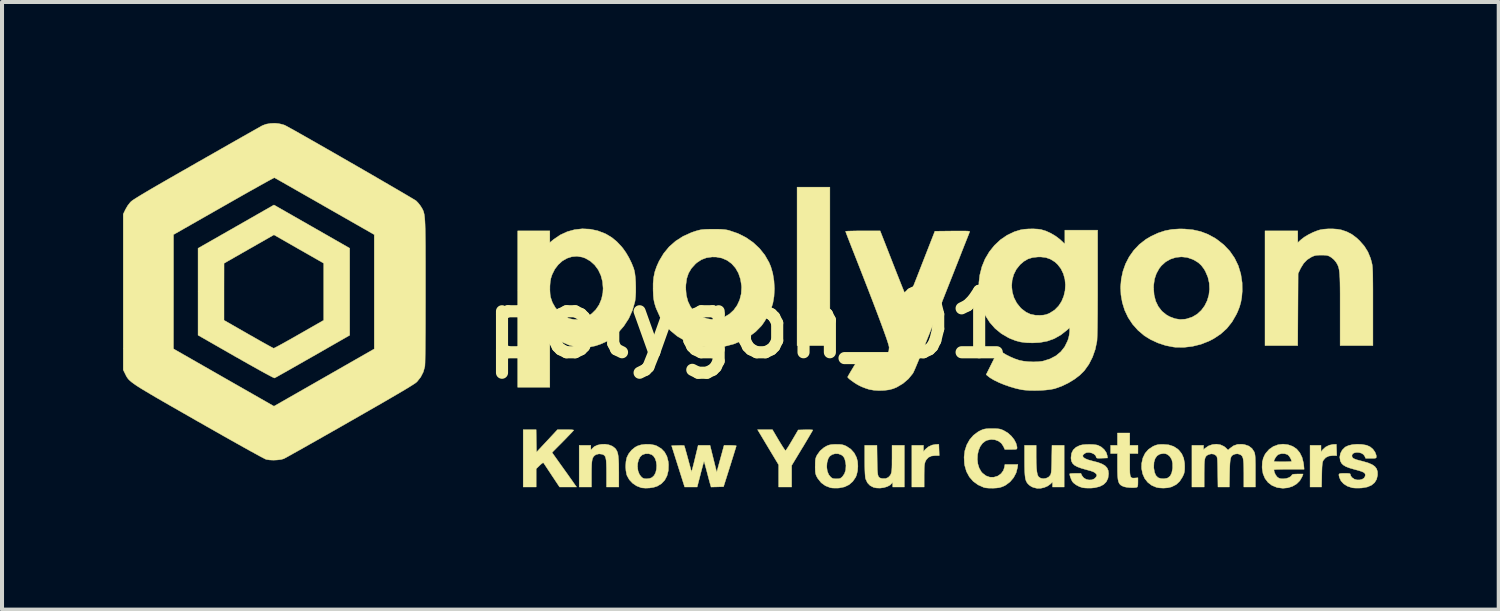
<source format=kicad_pcb>
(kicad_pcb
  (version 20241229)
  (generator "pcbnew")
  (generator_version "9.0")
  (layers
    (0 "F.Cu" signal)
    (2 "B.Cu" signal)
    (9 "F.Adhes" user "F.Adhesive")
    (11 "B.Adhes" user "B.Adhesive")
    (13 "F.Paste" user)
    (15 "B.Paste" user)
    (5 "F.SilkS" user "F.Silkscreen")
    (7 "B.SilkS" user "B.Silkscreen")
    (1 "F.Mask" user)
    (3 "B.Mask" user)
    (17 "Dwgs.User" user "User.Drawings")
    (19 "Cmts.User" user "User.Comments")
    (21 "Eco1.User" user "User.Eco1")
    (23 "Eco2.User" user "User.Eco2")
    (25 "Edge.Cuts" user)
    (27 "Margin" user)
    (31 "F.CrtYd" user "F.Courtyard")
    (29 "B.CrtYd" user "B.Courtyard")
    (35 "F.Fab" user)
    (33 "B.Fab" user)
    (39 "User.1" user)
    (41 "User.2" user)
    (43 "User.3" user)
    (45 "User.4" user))
  (footprint "polygon_01"
    (layer "F.Cu")
    (at 15.491 4.993)
    (property "Reference" "polygon_01" (at 0 0 0) (layer "F.SilkS") (effects (font (size 1.524 1.524) (thickness 0.3))))
    (attr through_hole)
    (fp_poly (pts (xy 2.032 0.525) (xy 1.219 0.525) (xy 1.219 -3.404) (xy 2.032 -3.404) (xy 2.032 0.525)) (stroke (width 0.01) (type solid)) (fill yes) (layer "F.SilkS"))
    (fp_poly (pts (xy 4.743 3.251) (xy 4.645 3.251) (xy 4.548 3.262) (xy 4.474 3.297) (xy 4.42 3.357) (xy 4.402 3.391) (xy 4.39 3.423) (xy 4.381 3.459) (xy 4.375 3.505) (xy 4.371 3.568) (xy 4.37 3.653) (xy 4.369 3.747) (xy 4.369 4.03) (xy 4.064 4.03) (xy 4.064 2.997) (xy 4.352 2.997) (xy 4.352 3.152) (xy 4.396 3.099) (xy 4.471 3.035) (xy 4.563 2.991) (xy 4.655 2.974) (xy 4.733 2.972) (xy 4.743 3.251)) (stroke (width 0.01) (type solid)) (fill yes) (layer "F.SilkS"))
    (fp_poly (pts (xy 14.598 3.251) (xy 14.5 3.251) (xy 14.401 3.263) (xy 14.325 3.3) (xy 14.27 3.361) (xy 14.263 3.373) (xy 14.251 3.399) (xy 14.243 3.433) (xy 14.237 3.48) (xy 14.232 3.546) (xy 14.229 3.636) (xy 14.227 3.73) (xy 14.221 4.03) (xy 13.936 4.03) (xy 13.936 2.997) (xy 14.207 2.997) (xy 14.207 3.078) (xy 14.207 3.158) (xy 14.251 3.103) (xy 14.322 3.038) (xy 14.411 2.994) (xy 14.507 2.974) (xy 14.51 2.974) (xy 14.588 2.972) (xy 14.598 3.251)) (stroke (width 0.01) (type solid)) (fill yes) (layer "F.SilkS"))
    (fp_poly (pts (xy 0.763 2.871) (xy 0.814 2.955) (xy 0.859 3.027) (xy 0.896 3.083) (xy 0.922 3.119) (xy 0.934 3.129) (xy 0.947 3.113) (xy 0.974 3.073) (xy 1.012 3.014) (xy 1.057 2.939) (xy 1.098 2.87) (xy 1.247 2.616) (xy 1.428 2.611) (xy 1.501 2.61) (xy 1.561 2.612) (xy 1.598 2.614) (xy 1.609 2.618) (xy 1.6 2.635) (xy 1.576 2.677) (xy 1.539 2.74) (xy 1.491 2.822) (xy 1.434 2.918) (xy 1.37 3.025) (xy 1.346 3.063) (xy 1.084 3.497) (xy 1.084 4.03) (xy 0.762 4.03) (xy 0.762 3.755) (xy 0.762 3.48) (xy 0.5 3.044) (xy 0.239 2.608) (xy 0.608 2.608) (xy 0.763 2.871)) (stroke (width 0.01) (type solid)) (fill yes) (layer "F.SilkS"))
    (fp_poly (pts (xy 9.466 2.997) (xy 9.669 2.997) (xy 9.669 3.2) (xy 9.466 3.2) (xy 9.466 3.479) (xy 9.466 3.594) (xy 9.469 3.679) (xy 9.476 3.739) (xy 9.489 3.778) (xy 9.508 3.799) (xy 9.537 3.808) (xy 9.577 3.808) (xy 9.595 3.807) (xy 9.669 3.801) (xy 9.669 3.914) (xy 9.667 3.979) (xy 9.66 4.017) (xy 9.647 4.035) (xy 9.642 4.037) (xy 9.6 4.044) (xy 9.537 4.047) (xy 9.464 4.044) (xy 9.393 4.037) (xy 9.337 4.026) (xy 9.325 4.023) (xy 9.275 4.002) (xy 9.237 3.978) (xy 9.208 3.946) (xy 9.188 3.901) (xy 9.174 3.84) (xy 9.166 3.758) (xy 9.162 3.65) (xy 9.161 3.513) (xy 9.161 3.509) (xy 9.161 3.2) (xy 8.992 3.2) (xy 8.992 2.997) (xy 9.161 2.997) (xy 9.161 2.692) (xy 9.466 2.692) (xy 9.466 2.997)) (stroke (width 0.01) (type solid)) (fill yes) (layer "F.SilkS"))
    (fp_poly (pts (xy -5.246 2.887) (xy -5.241 3.166) (xy -4.98 2.887) (xy -4.72 2.608) (xy -4.519 2.608) (xy -4.441 2.609) (xy -4.377 2.611) (xy -4.334 2.615) (xy -4.318 2.62) (xy -4.318 2.62) (xy -4.329 2.635) (xy -4.361 2.671) (xy -4.411 2.723) (xy -4.474 2.788) (xy -4.547 2.864) (xy -4.587 2.904) (xy -4.856 3.175) (xy -4.621 3.505) (xy -4.55 3.604) (xy -4.481 3.7) (xy -4.419 3.788) (xy -4.367 3.861) (xy -4.329 3.915) (xy -4.317 3.933) (xy -4.248 4.03) (xy -4.669 4.03) (xy -4.862 3.74) (xy -4.92 3.652) (xy -4.973 3.572) (xy -5.017 3.506) (xy -5.049 3.458) (xy -5.065 3.433) (xy -5.067 3.431) (xy -5.085 3.431) (xy -5.121 3.457) (xy -5.164 3.496) (xy -5.249 3.58) (xy -5.249 4.03) (xy -5.571 4.03) (xy -5.571 2.608) (xy -5.25 2.608) (xy -5.246 2.887)) (stroke (width 0.01) (type solid)) (fill yes) (layer "F.SilkS"))
    (fp_poly (pts (xy -3.445 2.985) (xy -3.36 3.018) (xy -3.294 3.069) (xy -3.287 3.076) (xy -3.261 3.113) (xy -3.24 3.154) (xy -3.225 3.204) (xy -3.214 3.268) (xy -3.207 3.35) (xy -3.202 3.455) (xy -3.201 3.587) (xy -3.2 3.667) (xy -3.2 4.03) (xy -3.505 4.03) (xy -3.505 3.691) (xy -3.506 3.556) (xy -3.509 3.452) (xy -3.514 3.372) (xy -3.524 3.315) (xy -3.538 3.274) (xy -3.558 3.247) (xy -3.585 3.229) (xy -3.612 3.218) (xy -3.69 3.208) (xy -3.762 3.225) (xy -3.8 3.249) (xy -3.825 3.275) (xy -3.845 3.307) (xy -3.859 3.349) (xy -3.868 3.406) (xy -3.874 3.483) (xy -3.877 3.584) (xy -3.878 3.708) (xy -3.878 4.03) (xy -4.183 4.03) (xy -4.183 2.997) (xy -3.895 2.997) (xy -3.895 3.06) (xy -3.894 3.1) (xy -3.889 3.11) (xy -3.875 3.095) (xy -3.868 3.085) (xy -3.81 3.03) (xy -3.731 2.992) (xy -3.638 2.972) (xy -3.54 2.969) (xy -3.445 2.985)) (stroke (width 0.01) (type solid)) (fill yes) (layer "F.SilkS"))
    (fp_poly (pts (xy 7.146 3.283) (xy 7.148 3.436) (xy 7.154 3.558) (xy 7.164 3.652) (xy 7.178 3.721) (xy 7.198 3.766) (xy 7.208 3.779) (xy 7.259 3.812) (xy 7.323 3.823) (xy 7.391 3.814) (xy 7.453 3.785) (xy 7.496 3.739) (xy 7.498 3.737) (xy 7.508 3.713) (xy 7.516 3.681) (xy 7.522 3.636) (xy 7.526 3.573) (xy 7.529 3.487) (xy 7.532 3.374) (xy 7.532 3.34) (xy 7.538 2.997) (xy 7.84 2.997) (xy 7.84 4.03) (xy 7.552 4.03) (xy 7.552 3.905) (xy 7.497 3.958) (xy 7.43 4.006) (xy 7.347 4.042) (xy 7.258 4.062) (xy 7.176 4.064) (xy 7.137 4.056) (xy 7.109 4.048) (xy 7.074 4.04) (xy 7.033 4.022) (xy 6.985 3.991) (xy 6.969 3.977) (xy 6.936 3.945) (xy 6.911 3.909) (xy 6.891 3.865) (xy 6.877 3.809) (xy 6.868 3.735) (xy 6.862 3.641) (xy 6.859 3.522) (xy 6.858 3.375) (xy 6.858 2.997) (xy 7.146 2.997) (xy 7.146 3.283)) (stroke (width 0.01) (type solid)) (fill yes) (layer "F.SilkS"))
    (fp_poly (pts (xy 3.204 3.368) (xy 3.206 3.5) (xy 3.209 3.602) (xy 3.215 3.678) (xy 3.223 3.733) (xy 3.236 3.77) (xy 3.255 3.793) (xy 3.281 3.808) (xy 3.314 3.817) (xy 3.329 3.82) (xy 3.411 3.821) (xy 3.479 3.793) (xy 3.53 3.739) (xy 3.54 3.719) (xy 3.552 3.69) (xy 3.56 3.657) (xy 3.566 3.614) (xy 3.57 3.556) (xy 3.572 3.476) (xy 3.572 3.371) (xy 3.573 3.323) (xy 3.573 2.997) (xy 3.878 2.997) (xy 3.878 4.03) (xy 3.59 4.03) (xy 3.589 3.967) (xy 3.587 3.928) (xy 3.581 3.92) (xy 3.572 3.932) (xy 3.526 3.981) (xy 3.455 4.019) (xy 3.368 4.045) (xy 3.274 4.057) (xy 3.179 4.053) (xy 3.113 4.038) (xy 3.029 3.994) (xy 2.963 3.925) (xy 2.921 3.835) (xy 2.913 3.806) (xy 2.908 3.764) (xy 2.903 3.695) (xy 2.899 3.605) (xy 2.897 3.501) (xy 2.896 3.388) (xy 2.896 3.36) (xy 2.896 2.997) (xy 3.199 2.997) (xy 3.204 3.368)) (stroke (width 0.01) (type solid)) (fill yes) (layer "F.SilkS"))
    (fp_poly (pts (xy -10.811 -2.426) (xy -9.872 -1.889) (xy -9.872 0.268) (xy -10.791 0.794) (xy -10.953 0.886) (xy -11.107 0.974) (xy -11.25 1.055) (xy -11.38 1.129) (xy -11.493 1.193) (xy -11.588 1.246) (xy -11.661 1.288) (xy -11.711 1.315) (xy -11.734 1.327) (xy -11.735 1.328) (xy -11.754 1.321) (xy -11.8 1.299) (xy -11.87 1.262) (xy -11.962 1.213) (xy -12.074 1.152) (xy -12.202 1.08) (xy -12.346 1) (xy -12.501 0.912) (xy -12.667 0.818) (xy -12.696 0.802) (xy -13.631 0.266) (xy -13.631 -0.104) (xy -12.988 -0.104) (xy -12.383 0.243) (xy -12.251 0.317) (xy -12.129 0.387) (xy -12.019 0.449) (xy -11.923 0.502) (xy -11.847 0.544) (xy -11.791 0.574) (xy -11.761 0.589) (xy -11.756 0.591) (xy -11.737 0.583) (xy -11.692 0.56) (xy -11.624 0.524) (xy -11.536 0.476) (xy -11.432 0.418) (xy -11.314 0.352) (xy -11.186 0.279) (xy -11.125 0.244) (xy -10.516 -0.104) (xy -10.516 -1.517) (xy -11.133 -1.869) (xy -11.75 -2.222) (xy -12.369 -1.869) (xy -12.987 -1.516) (xy -12.988 -0.81) (xy -12.988 -0.104) (xy -13.631 -0.104) (xy -13.631 -1.888) (xy -12.69 -2.425) (xy -11.75 -2.962) (xy -10.811 -2.426)) (stroke (width 0.01) (type solid)) (fill yes) (layer "F.SilkS"))
    (fp_poly (pts (xy -2.422 2.973) (xy -2.318 2.991) (xy -2.261 3.011) (xy -2.15 3.077) (xy -2.066 3.163) (xy -2.008 3.27) (xy -1.975 3.399) (xy -1.968 3.474) (xy -1.973 3.622) (xy -2.005 3.751) (xy -2.062 3.86) (xy -2.144 3.947) (xy -2.25 4.011) (xy -2.254 4.012) (xy -2.337 4.038) (xy -2.437 4.054) (xy -2.538 4.058) (xy -2.627 4.051) (xy -2.646 4.047) (xy -2.76 4.003) (xy -2.86 3.935) (xy -2.941 3.848) (xy -2.996 3.749) (xy -3.006 3.72) (xy -3.024 3.623) (xy -3.029 3.541) (xy -2.737 3.541) (xy -2.723 3.633) (xy -2.691 3.715) (xy -2.65 3.771) (xy -2.609 3.807) (xy -2.569 3.823) (xy -2.513 3.827) (xy -2.512 3.827) (xy -2.436 3.818) (xy -2.378 3.795) (xy -2.324 3.744) (xy -2.287 3.672) (xy -2.267 3.587) (xy -2.262 3.495) (xy -2.273 3.405) (xy -2.3 3.324) (xy -2.343 3.26) (xy -2.387 3.226) (xy -2.462 3.204) (xy -2.544 3.206) (xy -2.617 3.232) (xy -2.618 3.232) (xy -2.673 3.284) (xy -2.711 3.358) (xy -2.733 3.446) (xy -2.737 3.541) (xy -3.029 3.541) (xy -3.03 3.511) (xy -3.023 3.4) (xy -3.003 3.305) (xy -3.003 3.302) (xy -2.956 3.206) (xy -2.884 3.116) (xy -2.796 3.044) (xy -2.739 3.013) (xy -2.646 2.984) (xy -2.535 2.971) (xy -2.422 2.973)) (stroke (width 0.01) (type solid)) (fill yes) (layer "F.SilkS"))
    (fp_poly (pts (xy 10.433 2.985) (xy 10.551 3.023) (xy 10.651 3.087) (xy 10.684 3.117) (xy 10.755 3.207) (xy 10.802 3.313) (xy 10.825 3.437) (xy 10.828 3.514) (xy 10.827 3.591) (xy 10.822 3.647) (xy 10.811 3.695) (xy 10.789 3.747) (xy 10.772 3.782) (xy 10.703 3.89) (xy 10.616 3.97) (xy 10.506 4.025) (xy 10.502 4.027) (xy 10.409 4.049) (xy 10.302 4.057) (xy 10.195 4.051) (xy 10.126 4.038) (xy 10.01 3.989) (xy 9.913 3.915) (xy 9.837 3.819) (xy 9.786 3.704) (xy 9.76 3.575) (xy 9.76 3.532) (xy 10.061 3.532) (xy 10.062 3.556) (xy 10.08 3.665) (xy 10.114 3.744) (xy 10.165 3.796) (xy 10.173 3.8) (xy 10.238 3.821) (xy 10.315 3.825) (xy 10.389 3.812) (xy 10.415 3.801) (xy 10.469 3.756) (xy 10.506 3.683) (xy 10.526 3.583) (xy 10.529 3.556) (xy 10.528 3.442) (xy 10.508 3.352) (xy 10.467 3.282) (xy 10.439 3.253) (xy 10.393 3.219) (xy 10.347 3.203) (xy 10.295 3.2) (xy 10.21 3.215) (xy 10.143 3.257) (xy 10.095 3.325) (xy 10.067 3.417) (xy 10.061 3.532) (xy 9.76 3.532) (xy 9.761 3.446) (xy 9.791 3.31) (xy 9.847 3.194) (xy 9.929 3.099) (xy 10.038 3.026) (xy 10.058 3.016) (xy 10.115 2.993) (xy 10.169 2.979) (xy 10.235 2.974) (xy 10.295 2.973) (xy 10.433 2.985)) (stroke (width 0.01) (type solid)) (fill yes) (layer "F.SilkS"))
    (fp_poly (pts (xy -0.856 3.331) (xy -0.773 3.665) (xy -0.7 3.394) (xy -0.674 3.299) (xy -0.649 3.209) (xy -0.629 3.134) (xy -0.614 3.08) (xy -0.609 3.061) (xy -0.591 2.997) (xy -0.44 2.997) (xy -0.373 2.999) (xy -0.321 3.002) (xy -0.292 3.007) (xy -0.288 3.01) (xy -0.293 3.029) (xy -0.307 3.076) (xy -0.329 3.147) (xy -0.357 3.238) (xy -0.391 3.346) (xy -0.428 3.466) (xy -0.446 3.522) (xy -0.604 4.022) (xy -0.758 4.027) (xy -0.913 4.031) (xy -0.939 3.942) (xy -0.953 3.891) (xy -0.973 3.817) (xy -0.996 3.729) (xy -1.02 3.637) (xy -1.023 3.626) (xy -1.045 3.543) (xy -1.064 3.474) (xy -1.078 3.422) (xy -1.087 3.396) (xy -1.088 3.394) (xy -1.093 3.408) (xy -1.106 3.45) (xy -1.124 3.515) (xy -1.146 3.598) (xy -1.172 3.695) (xy -1.175 3.71) (xy -1.258 4.03) (xy -1.568 4.03) (xy -1.73 3.518) (xy -1.892 3.006) (xy -1.74 3.001) (xy -1.671 2.999) (xy -1.617 3) (xy -1.585 3.002) (xy -1.58 3.003) (xy -1.573 3.021) (xy -1.559 3.067) (xy -1.54 3.135) (xy -1.516 3.22) (xy -1.49 3.317) (xy -1.488 3.322) (xy -1.462 3.42) (xy -1.438 3.507) (xy -1.419 3.578) (xy -1.406 3.627) (xy -1.399 3.649) (xy -1.399 3.649) (xy -1.394 3.639) (xy -1.382 3.6) (xy -1.365 3.537) (xy -1.344 3.455) (xy -1.32 3.359) (xy -1.314 3.332) (xy -1.233 2.997) (xy -0.939 2.997) (xy -0.856 3.331)) (stroke (width 0.01) (type solid)) (fill yes) (layer "F.SilkS"))
    (fp_poly (pts (xy 2.273 2.974) (xy 2.331 2.98) (xy 2.38 2.993) (xy 2.431 3.014) (xy 2.443 3.02) (xy 2.55 3.091) (xy 2.635 3.186) (xy 2.694 3.301) (xy 2.719 3.4) (xy 2.726 3.514) (xy 2.718 3.629) (xy 2.693 3.733) (xy 2.672 3.785) (xy 2.599 3.893) (xy 2.507 3.973) (xy 2.395 4.027) (xy 2.262 4.054) (xy 2.23 4.056) (xy 2.158 4.057) (xy 2.09 4.054) (xy 2.044 4.047) (xy 1.921 3.999) (xy 1.818 3.925) (xy 1.735 3.822) (xy 1.708 3.776) (xy 1.69 3.737) (xy 1.678 3.699) (xy 1.671 3.651) (xy 1.668 3.585) (xy 1.668 3.535) (xy 1.954 3.535) (xy 1.968 3.636) (xy 2.003 3.723) (xy 2.041 3.771) (xy 2.077 3.804) (xy 2.111 3.82) (xy 2.158 3.826) (xy 2.193 3.827) (xy 2.252 3.825) (xy 2.291 3.815) (xy 2.324 3.791) (xy 2.345 3.771) (xy 2.395 3.698) (xy 2.425 3.605) (xy 2.431 3.498) (xy 2.423 3.43) (xy 2.405 3.352) (xy 2.384 3.299) (xy 2.353 3.261) (xy 2.315 3.233) (xy 2.241 3.206) (xy 2.163 3.204) (xy 2.089 3.225) (xy 2.028 3.268) (xy 1.991 3.324) (xy 1.961 3.428) (xy 1.954 3.535) (xy 1.668 3.535) (xy 1.668 3.514) (xy 1.669 3.429) (xy 1.672 3.368) (xy 1.679 3.324) (xy 1.692 3.285) (xy 1.712 3.244) (xy 1.713 3.241) (xy 1.788 3.136) (xy 1.887 3.051) (xy 1.963 3.008) (xy 2.015 2.989) (xy 2.072 2.978) (xy 2.147 2.973) (xy 2.194 2.973) (xy 2.273 2.974)) (stroke (width 0.01) (type solid)) (fill yes) (layer "F.SilkS"))
    (fp_poly (pts (xy 14.503 -2.369) (xy 14.614 -2.361) (xy 14.706 -2.345) (xy 14.707 -2.345) (xy 14.847 -2.298) (xy 14.971 -2.234) (xy 15.087 -2.147) (xy 15.164 -2.075) (xy 15.281 -1.941) (xy 15.369 -1.8) (xy 15.434 -1.643) (xy 15.46 -1.551) (xy 15.467 -1.521) (xy 15.474 -1.49) (xy 15.479 -1.456) (xy 15.483 -1.415) (xy 15.486 -1.365) (xy 15.489 -1.303) (xy 15.491 -1.225) (xy 15.492 -1.129) (xy 15.493 -1.012) (xy 15.494 -0.871) (xy 15.494 -0.702) (xy 15.494 -0.503) (xy 15.494 -0.446) (xy 15.494 0.525) (xy 14.681 0.525) (xy 14.681 -0.369) (xy 14.681 -0.58) (xy 14.681 -0.76) (xy 14.68 -0.912) (xy 14.678 -1.039) (xy 14.675 -1.144) (xy 14.67 -1.23) (xy 14.664 -1.3) (xy 14.656 -1.357) (xy 14.646 -1.403) (xy 14.634 -1.442) (xy 14.619 -1.477) (xy 14.601 -1.51) (xy 14.583 -1.54) (xy 14.531 -1.604) (xy 14.465 -1.66) (xy 14.453 -1.667) (xy 14.411 -1.692) (xy 14.373 -1.707) (xy 14.33 -1.715) (xy 14.271 -1.718) (xy 14.217 -1.719) (xy 14.138 -1.717) (xy 14.082 -1.712) (xy 14.035 -1.7) (xy 13.987 -1.68) (xy 13.965 -1.669) (xy 13.862 -1.603) (xy 13.778 -1.516) (xy 13.708 -1.403) (xy 13.693 -1.374) (xy 13.64 -1.262) (xy 13.635 -0.368) (xy 13.63 0.525) (xy 12.819 0.525) (xy 12.819 -2.32) (xy 13.631 -2.32) (xy 13.631 -2.029) (xy 13.718 -2.107) (xy 13.798 -2.168) (xy 13.9 -2.229) (xy 14.012 -2.284) (xy 14.122 -2.327) (xy 14.181 -2.345) (xy 14.273 -2.361) (xy 14.385 -2.369) (xy 14.503 -2.369)) (stroke (width 0.01) (type solid)) (fill yes) (layer "F.SilkS"))
    (fp_poly (pts (xy 11.714 2.983) (xy 11.802 3.023) (xy 11.846 3.058) (xy 11.903 3.115) (xy 11.95 3.072) (xy 12.04 3.007) (xy 12.139 2.973) (xy 12.251 2.97) (xy 12.317 2.98) (xy 12.418 3.015) (xy 12.495 3.074) (xy 12.55 3.157) (xy 12.55 3.157) (xy 12.56 3.183) (xy 12.567 3.213) (xy 12.573 3.252) (xy 12.577 3.304) (xy 12.579 3.376) (xy 12.581 3.47) (xy 12.581 3.593) (xy 12.581 3.628) (xy 12.581 4.03) (xy 12.294 4.03) (xy 12.294 3.704) (xy 12.293 3.568) (xy 12.29 3.462) (xy 12.284 3.382) (xy 12.275 3.323) (xy 12.261 3.281) (xy 12.242 3.253) (xy 12.217 3.233) (xy 12.196 3.223) (xy 12.143 3.207) (xy 12.094 3.21) (xy 12.07 3.216) (xy 12.033 3.23) (xy 12.004 3.249) (xy 11.982 3.276) (xy 11.967 3.318) (xy 11.956 3.376) (xy 11.949 3.457) (xy 11.944 3.563) (xy 11.941 3.687) (xy 11.935 4.03) (xy 11.653 4.03) (xy 11.647 3.659) (xy 11.645 3.537) (xy 11.643 3.443) (xy 11.64 3.374) (xy 11.636 3.326) (xy 11.63 3.293) (xy 11.622 3.271) (xy 11.612 3.256) (xy 11.61 3.254) (xy 11.555 3.217) (xy 11.487 3.208) (xy 11.424 3.224) (xy 11.389 3.241) (xy 11.362 3.262) (xy 11.342 3.292) (xy 11.328 3.334) (xy 11.319 3.394) (xy 11.314 3.475) (xy 11.312 3.582) (xy 11.311 3.691) (xy 11.311 4.03) (xy 11.007 4.03) (xy 11.007 2.997) (xy 11.295 2.997) (xy 11.295 3.105) (xy 11.333 3.07) (xy 11.418 3.012) (xy 11.515 2.978) (xy 11.616 2.968) (xy 11.714 2.983)) (stroke (width 0.01) (type solid)) (fill yes) (layer "F.SilkS"))
    (fp_poly (pts (xy 6.139 2.583) (xy 6.201 2.587) (xy 6.249 2.594) (xy 6.293 2.608) (xy 6.343 2.63) (xy 6.346 2.632) (xy 6.443 2.689) (xy 6.528 2.765) (xy 6.598 2.852) (xy 6.647 2.945) (xy 6.671 3.036) (xy 6.672 3.059) (xy 6.67 3.078) (xy 6.661 3.09) (xy 6.638 3.096) (xy 6.594 3.098) (xy 6.523 3.099) (xy 6.369 3.099) (xy 6.336 3.025) (xy 6.285 2.948) (xy 6.212 2.892) (xy 6.124 2.859) (xy 6.029 2.851) (xy 5.933 2.87) (xy 5.891 2.888) (xy 5.817 2.944) (xy 5.759 3.024) (xy 5.718 3.121) (xy 5.694 3.229) (xy 5.688 3.343) (xy 5.7 3.455) (xy 5.732 3.559) (xy 5.783 3.649) (xy 5.814 3.685) (xy 5.901 3.752) (xy 5.996 3.786) (xy 6.094 3.788) (xy 6.193 3.758) (xy 6.198 3.755) (xy 6.278 3.697) (xy 6.334 3.619) (xy 6.361 3.536) (xy 6.371 3.471) (xy 6.693 3.471) (xy 6.682 3.55) (xy 6.649 3.679) (xy 6.586 3.798) (xy 6.5 3.9) (xy 6.395 3.98) (xy 6.346 4.006) (xy 6.285 4.03) (xy 6.229 4.046) (xy 6.164 4.054) (xy 6.079 4.059) (xy 5.977 4.058) (xy 5.895 4.051) (xy 5.85 4.041) (xy 5.706 3.977) (xy 5.585 3.889) (xy 5.489 3.778) (xy 5.418 3.646) (xy 5.374 3.493) (xy 5.368 3.453) (xy 5.359 3.288) (xy 5.378 3.131) (xy 5.425 2.986) (xy 5.497 2.857) (xy 5.592 2.747) (xy 5.71 2.659) (xy 5.766 2.63) (xy 5.815 2.608) (xy 5.858 2.595) (xy 5.906 2.587) (xy 5.968 2.583) (xy 6.054 2.582) (xy 6.139 2.583)) (stroke (width 0.01) (type solid)) (fill yes) (layer "F.SilkS"))
    (fp_poly (pts (xy 13.391 2.982) (xy 13.507 3.023) (xy 13.604 3.089) (xy 13.681 3.181) (xy 13.738 3.296) (xy 13.772 3.432) (xy 13.779 3.482) (xy 13.789 3.59) (xy 13.414 3.59) (xy 13.305 3.59) (xy 13.209 3.592) (xy 13.13 3.594) (xy 13.073 3.597) (xy 13.042 3.601) (xy 13.039 3.603) (xy 13.051 3.662) (xy 13.08 3.727) (xy 13.119 3.778) (xy 13.125 3.784) (xy 13.165 3.811) (xy 13.21 3.824) (xy 13.271 3.827) (xy 13.348 3.818) (xy 13.416 3.795) (xy 13.466 3.762) (xy 13.485 3.733) (xy 13.499 3.72) (xy 13.531 3.712) (xy 13.588 3.709) (xy 13.629 3.708) (xy 13.764 3.708) (xy 13.738 3.776) (xy 13.682 3.874) (xy 13.601 3.954) (xy 13.501 4.013) (xy 13.387 4.049) (xy 13.263 4.061) (xy 13.134 4.045) (xy 13.107 4.038) (xy 12.989 3.989) (xy 12.892 3.914) (xy 12.819 3.817) (xy 12.77 3.7) (xy 12.748 3.565) (xy 12.747 3.531) (xy 12.753 3.414) (xy 12.758 3.395) (xy 13.039 3.395) (xy 13.055 3.398) (xy 13.098 3.401) (xy 13.163 3.403) (xy 13.243 3.404) (xy 13.259 3.404) (xy 13.341 3.403) (xy 13.409 3.401) (xy 13.457 3.399) (xy 13.478 3.396) (xy 13.479 3.395) (xy 13.468 3.353) (xy 13.442 3.301) (xy 13.408 3.253) (xy 13.376 3.225) (xy 13.307 3.204) (xy 13.231 3.202) (xy 13.162 3.219) (xy 13.132 3.237) (xy 13.099 3.272) (xy 13.067 3.321) (xy 13.045 3.368) (xy 13.039 3.395) (xy 12.758 3.395) (xy 12.775 3.316) (xy 12.816 3.227) (xy 12.84 3.19) (xy 12.924 3.095) (xy 13.026 3.025) (xy 13.142 2.982) (xy 13.265 2.967) (xy 13.391 2.982)) (stroke (width 0.01) (type solid)) (fill yes) (layer "F.SilkS"))
    (fp_poly (pts (xy 8.56 2.977) (xy 8.636 2.986) (xy 8.676 2.995) (xy 8.763 3.04) (xy 8.835 3.105) (xy 8.887 3.182) (xy 8.909 3.26) (xy 8.915 3.31) (xy 8.776 3.315) (xy 8.706 3.317) (xy 8.664 3.315) (xy 8.643 3.308) (xy 8.636 3.296) (xy 8.636 3.293) (xy 8.621 3.251) (xy 8.58 3.214) (xy 8.524 3.187) (xy 8.461 3.173) (xy 8.401 3.176) (xy 8.372 3.186) (xy 8.319 3.221) (xy 8.3 3.256) (xy 8.313 3.291) (xy 8.358 3.324) (xy 8.434 3.356) (xy 8.541 3.386) (xy 8.546 3.387) (xy 8.679 3.421) (xy 8.781 3.46) (xy 8.855 3.504) (xy 8.904 3.557) (xy 8.932 3.621) (xy 8.941 3.698) (xy 8.941 3.703) (xy 8.927 3.811) (xy 8.885 3.9) (xy 8.816 3.969) (xy 8.72 4.018) (xy 8.597 4.048) (xy 8.513 4.056) (xy 8.436 4.057) (xy 8.362 4.054) (xy 8.306 4.048) (xy 8.3 4.047) (xy 8.219 4.021) (xy 8.14 3.98) (xy 8.075 3.931) (xy 8.046 3.899) (xy 8.023 3.856) (xy 8 3.799) (xy 7.982 3.743) (xy 7.976 3.704) (xy 7.991 3.698) (xy 8.033 3.694) (xy 8.092 3.692) (xy 8.115 3.692) (xy 8.255 3.692) (xy 8.28 3.747) (xy 8.322 3.801) (xy 8.382 3.838) (xy 8.452 3.855) (xy 8.523 3.853) (xy 8.585 3.828) (xy 8.619 3.798) (xy 8.646 3.758) (xy 8.649 3.729) (xy 8.627 3.698) (xy 8.614 3.685) (xy 8.575 3.659) (xy 8.505 3.632) (xy 8.403 3.604) (xy 8.392 3.601) (xy 8.265 3.565) (xy 8.167 3.529) (xy 8.096 3.49) (xy 8.049 3.444) (xy 8.021 3.389) (xy 8.01 3.323) (xy 8.01 3.297) (xy 8.023 3.194) (xy 8.064 3.111) (xy 8.134 3.045) (xy 8.233 2.997) (xy 8.238 2.996) (xy 8.298 2.983) (xy 8.38 2.976) (xy 8.471 2.974) (xy 8.56 2.977)) (stroke (width 0.01) (type solid)) (fill yes) (layer "F.SilkS"))
    (fp_poly (pts (xy 10.824 -2.366) (xy 11.034 -2.346) (xy 11.224 -2.303) (xy 11.403 -2.235) (xy 11.579 -2.139) (xy 11.623 -2.11) (xy 11.797 -1.974) (xy 11.945 -1.819) (xy 12.065 -1.645) (xy 12.157 -1.455) (xy 12.219 -1.25) (xy 12.252 -1.032) (xy 12.254 -0.821) (xy 12.242 -0.676) (xy 12.22 -0.551) (xy 12.187 -0.434) (xy 12.138 -0.311) (xy 12.107 -0.246) (xy 12.001 -0.062) (xy 11.873 0.099) (xy 11.72 0.237) (xy 11.542 0.355) (xy 11.429 0.413) (xy 11.231 0.491) (xy 11.021 0.543) (xy 10.808 0.568) (xy 10.599 0.565) (xy 10.548 0.559) (xy 10.357 0.522) (xy 10.166 0.459) (xy 9.984 0.375) (xy 9.832 0.282) (xy 9.671 0.146) (xy 9.535 -0.007) (xy 9.425 -0.174) (xy 9.34 -0.354) (xy 9.282 -0.542) (xy 9.248 -0.735) (xy 9.241 -0.898) (xy 10.057 -0.898) (xy 10.07 -0.73) (xy 10.109 -0.577) (xy 10.175 -0.442) (xy 10.264 -0.328) (xy 10.376 -0.237) (xy 10.457 -0.192) (xy 10.589 -0.143) (xy 10.713 -0.123) (xy 10.839 -0.131) (xy 10.875 -0.138) (xy 11.014 -0.183) (xy 11.136 -0.255) (xy 11.239 -0.349) (xy 11.323 -0.462) (xy 11.386 -0.59) (xy 11.427 -0.728) (xy 11.444 -0.874) (xy 11.437 -1.024) (xy 11.403 -1.172) (xy 11.341 -1.317) (xy 11.307 -1.375) (xy 11.242 -1.462) (xy 11.168 -1.531) (xy 11.075 -1.589) (xy 11.025 -1.614) (xy 10.889 -1.661) (xy 10.749 -1.676) (xy 10.609 -1.662) (xy 10.476 -1.619) (xy 10.355 -1.551) (xy 10.25 -1.456) (xy 10.195 -1.386) (xy 10.125 -1.259) (xy 10.08 -1.125) (xy 10.059 -0.974) (xy 10.057 -0.898) (xy 9.241 -0.898) (xy 9.239 -0.931) (xy 9.256 -1.126) (xy 9.297 -1.318) (xy 9.362 -1.502) (xy 9.452 -1.677) (xy 9.566 -1.838) (xy 9.703 -1.983) (xy 9.865 -2.109) (xy 9.992 -2.184) (xy 10.17 -2.267) (xy 10.34 -2.323) (xy 10.513 -2.356) (xy 10.699 -2.368) (xy 10.824 -2.366)) (stroke (width 0.01) (type solid)) (fill yes) (layer "F.SilkS"))
    (fp_poly (pts (xy -3.913 -2.362) (xy -3.723 -2.322) (xy -3.54 -2.252) (xy -3.509 -2.236) (xy -3.373 -2.154) (xy -3.249 -2.052) (xy -3.131 -1.926) (xy -3.096 -1.883) (xy -3.022 -1.778) (xy -2.95 -1.655) (xy -2.886 -1.525) (xy -2.836 -1.401) (xy -2.819 -1.346) (xy -2.803 -1.268) (xy -2.791 -1.166) (xy -2.783 -1.048) (xy -2.78 -0.923) (xy -2.78 -0.8) (xy -2.786 -0.688) (xy -2.796 -0.596) (xy -2.8 -0.571) (xy -2.862 -0.352) (xy -2.954 -0.147) (xy -3.077 0.042) (xy -3.23 0.217) (xy -3.235 0.222) (xy -3.313 0.295) (xy -3.385 0.351) (xy -3.464 0.399) (xy -3.525 0.431) (xy -3.662 0.491) (xy -3.785 0.532) (xy -3.908 0.556) (xy -4.043 0.565) (xy -4.072 0.565) (xy -4.261 0.554) (xy -4.431 0.514) (xy -4.587 0.446) (xy -4.731 0.348) (xy -4.793 0.293) (xy -4.911 0.182) (xy -4.911 1.558) (xy -5.707 1.558) (xy -5.707 -0.847) (xy -4.909 -0.847) (xy -4.903 -0.747) (xy -4.893 -0.679) (xy -4.847 -0.544) (xy -4.776 -0.42) (xy -4.686 -0.311) (xy -4.579 -0.223) (xy -4.463 -0.16) (xy -4.39 -0.137) (xy -4.307 -0.123) (xy -4.227 -0.124) (xy -4.135 -0.14) (xy -4.129 -0.142) (xy -3.992 -0.19) (xy -3.871 -0.267) (xy -3.769 -0.368) (xy -3.687 -0.49) (xy -3.629 -0.63) (xy -3.596 -0.785) (xy -3.59 -0.896) (xy -3.604 -1.062) (xy -3.645 -1.216) (xy -3.71 -1.354) (xy -3.798 -1.473) (xy -3.906 -1.57) (xy -4.031 -1.642) (xy -4.107 -1.669) (xy -4.237 -1.69) (xy -4.364 -1.679) (xy -4.486 -1.64) (xy -4.6 -1.574) (xy -4.701 -1.483) (xy -4.787 -1.371) (xy -4.853 -1.239) (xy -4.885 -1.142) (xy -4.9 -1.058) (xy -4.908 -0.955) (xy -4.909 -0.847) (xy -5.707 -0.847) (xy -5.707 -2.32) (xy -4.911 -2.32) (xy -4.911 -2.03) (xy -4.814 -2.109) (xy -4.654 -2.218) (xy -4.479 -2.299) (xy -4.295 -2.35) (xy -4.105 -2.371) (xy -3.913 -2.362)) (stroke (width 0.01) (type solid)) (fill yes) (layer "F.SilkS"))
    (fp_poly (pts (xy 15.216 2.974) (xy 15.328 2.993) (xy 15.346 2.998) (xy 15.425 3.034) (xy 15.494 3.092) (xy 15.546 3.164) (xy 15.575 3.24) (xy 15.579 3.276) (xy 15.577 3.298) (xy 15.568 3.31) (xy 15.545 3.317) (xy 15.5 3.319) (xy 15.446 3.319) (xy 15.314 3.319) (xy 15.29 3.264) (xy 15.258 3.222) (xy 15.21 3.192) (xy 15.153 3.176) (xy 15.094 3.172) (xy 15.04 3.181) (xy 14.998 3.202) (xy 14.975 3.236) (xy 14.975 3.272) (xy 14.985 3.296) (xy 15.004 3.316) (xy 15.038 3.334) (xy 15.091 3.354) (xy 15.169 3.375) (xy 15.247 3.395) (xy 15.375 3.432) (xy 15.473 3.474) (xy 15.543 3.523) (xy 15.587 3.582) (xy 15.608 3.652) (xy 15.609 3.735) (xy 15.586 3.838) (xy 15.535 3.922) (xy 15.457 3.986) (xy 15.353 4.03) (xy 15.223 4.053) (xy 15.188 4.055) (xy 15.111 4.057) (xy 15.038 4.055) (xy 14.982 4.049) (xy 14.975 4.047) (xy 14.863 4.01) (xy 14.771 3.953) (xy 14.703 3.879) (xy 14.665 3.797) (xy 14.652 3.747) (xy 14.651 3.716) (xy 14.666 3.7) (xy 14.702 3.693) (xy 14.766 3.691) (xy 14.791 3.691) (xy 14.861 3.692) (xy 14.904 3.695) (xy 14.927 3.702) (xy 14.935 3.714) (xy 14.935 3.723) (xy 14.947 3.756) (xy 14.974 3.794) (xy 14.979 3.798) (xy 15.034 3.836) (xy 15.099 3.854) (xy 15.166 3.854) (xy 15.228 3.838) (xy 15.276 3.807) (xy 15.302 3.761) (xy 15.304 3.748) (xy 15.304 3.716) (xy 15.293 3.691) (xy 15.267 3.669) (xy 15.222 3.648) (xy 15.154 3.625) (xy 15.058 3.599) (xy 15.028 3.591) (xy 14.911 3.557) (xy 14.823 3.523) (xy 14.76 3.485) (xy 14.717 3.442) (xy 14.689 3.389) (xy 14.685 3.379) (xy 14.672 3.289) (xy 14.689 3.198) (xy 14.733 3.114) (xy 14.802 3.045) (xy 14.813 3.037) (xy 14.889 3.002) (xy 14.987 2.979) (xy 15.099 2.97) (xy 15.216 2.974)) (stroke (width 0.01) (type solid)) (fill yes) (layer "F.SilkS"))
    (fp_poly (pts (xy -0.746 -2.361) (xy -0.655 -2.358) (xy -0.583 -2.352) (xy -0.523 -2.343) (xy -0.468 -2.331) (xy -0.467 -2.33) (xy -0.249 -2.256) (xy -0.05 -2.156) (xy 0.129 -2.032) (xy 0.286 -1.886) (xy 0.418 -1.721) (xy 0.523 -1.538) (xy 0.567 -1.434) (xy 0.616 -1.266) (xy 0.646 -1.079) (xy 0.657 -0.885) (xy 0.647 -0.694) (xy 0.618 -0.525) (xy 0.586 -0.424) (xy 0.538 -0.309) (xy 0.479 -0.19) (xy 0.414 -0.078) (xy 0.349 0.016) (xy 0.335 0.034) (xy 0.192 0.18) (xy 0.026 0.305) (xy -0.159 0.408) (xy -0.358 0.487) (xy -0.567 0.541) (xy -0.782 0.568) (xy -0.997 0.565) (xy -1.059 0.558) (xy -1.178 0.537) (xy -1.31 0.501) (xy -1.441 0.456) (xy -1.557 0.407) (xy -1.566 0.402) (xy -1.754 0.29) (xy -1.921 0.152) (xy -2.064 -0.009) (xy -2.181 -0.191) (xy -2.272 -0.393) (xy -2.289 -0.44) (xy -2.311 -0.512) (xy -2.326 -0.574) (xy -2.337 -0.637) (xy -2.344 -0.71) (xy -2.348 -0.804) (xy -2.35 -0.842) (xy -2.35 -0.895) (xy -1.541 -0.895) (xy -1.527 -0.725) (xy -1.487 -0.572) (xy -1.422 -0.437) (xy -1.332 -0.324) (xy -1.22 -0.234) (xy -1.142 -0.192) (xy -1.01 -0.143) (xy -0.886 -0.123) (xy -0.76 -0.131) (xy -0.725 -0.137) (xy -0.584 -0.183) (xy -0.459 -0.257) (xy -0.353 -0.354) (xy -0.267 -0.473) (xy -0.204 -0.609) (xy -0.166 -0.759) (xy -0.156 -0.919) (xy -0.158 -0.957) (xy -0.184 -1.123) (xy -0.235 -1.272) (xy -0.308 -1.4) (xy -0.403 -1.507) (xy -0.515 -1.589) (xy -0.645 -1.645) (xy -0.788 -1.672) (xy -0.887 -1.673) (xy -1.028 -1.653) (xy -1.152 -1.606) (xy -1.266 -1.531) (xy -1.305 -1.496) (xy -1.402 -1.388) (xy -1.472 -1.27) (xy -1.517 -1.136) (xy -1.538 -0.982) (xy -1.541 -0.895) (xy -2.35 -0.895) (xy -2.35 -1.016) (xy -2.336 -1.167) (xy -2.307 -1.307) (xy -2.259 -1.444) (xy -2.201 -1.572) (xy -2.088 -1.761) (xy -1.951 -1.927) (xy -1.789 -2.069) (xy -1.605 -2.186) (xy -1.396 -2.28) (xy -1.295 -2.314) (xy -1.235 -2.331) (xy -1.182 -2.344) (xy -1.129 -2.352) (xy -1.067 -2.357) (xy -0.99 -2.36) (xy -0.888 -2.361) (xy -0.864 -2.361) (xy -0.746 -2.361)) (stroke (width 0.01) (type solid)) (fill yes) (layer "F.SilkS"))
    (fp_poly (pts (xy 3.278 -2.32) (xy 3.616 -1.457) (xy 3.679 -1.296) (xy 3.739 -1.145) (xy 3.794 -1.006) (xy 3.843 -0.884) (xy 3.885 -0.78) (xy 3.919 -0.697) (xy 3.944 -0.639) (xy 3.959 -0.608) (xy 3.962 -0.603) (xy 3.969 -0.62) (xy 3.988 -0.666) (xy 4.017 -0.737) (xy 4.055 -0.831) (xy 4.1 -0.945) (xy 4.152 -1.076) (xy 4.209 -1.221) (xy 4.27 -1.378) (xy 4.303 -1.462) (xy 4.635 -2.311) (xy 5.071 -2.316) (xy 5.208 -2.317) (xy 5.315 -2.317) (xy 5.394 -2.316) (xy 5.448 -2.314) (xy 5.482 -2.31) (xy 5.497 -2.304) (xy 5.499 -2.299) (xy 5.491 -2.281) (xy 5.473 -2.233) (xy 5.443 -2.158) (xy 5.403 -2.057) (xy 5.354 -1.934) (xy 5.297 -1.789) (xy 5.233 -1.625) (xy 5.161 -1.443) (xy 5.084 -1.247) (xy 5.001 -1.038) (xy 4.914 -0.818) (xy 4.824 -0.59) (xy 4.819 -0.576) (xy 4.712 -0.307) (xy 4.612 -0.054) (xy 4.519 0.179) (xy 4.433 0.393) (xy 4.356 0.585) (xy 4.287 0.754) (xy 4.227 0.899) (xy 4.177 1.019) (xy 4.138 1.111) (xy 4.109 1.175) (xy 4.092 1.208) (xy 4.091 1.211) (xy 3.979 1.349) (xy 3.843 1.465) (xy 3.688 1.557) (xy 3.597 1.594) (xy 3.497 1.62) (xy 3.377 1.635) (xy 3.248 1.639) (xy 3.123 1.631) (xy 3.012 1.612) (xy 3.004 1.61) (xy 2.923 1.584) (xy 2.834 1.55) (xy 2.767 1.519) (xy 2.705 1.485) (xy 2.64 1.444) (xy 2.578 1.4) (xy 2.524 1.36) (xy 2.487 1.326) (xy 2.472 1.305) (xy 2.472 1.304) (xy 2.481 1.286) (xy 2.504 1.245) (xy 2.538 1.186) (xy 2.581 1.115) (xy 2.628 1.036) (xy 2.677 0.956) (xy 2.724 0.88) (xy 2.766 0.813) (xy 2.8 0.761) (xy 2.821 0.729) (xy 2.827 0.723) (xy 2.85 0.722) (xy 2.891 0.749) (xy 2.907 0.762) (xy 2.987 0.819) (xy 3.08 0.863) (xy 3.175 0.89) (xy 3.263 0.897) (xy 3.307 0.891) (xy 3.368 0.86) (xy 3.423 0.804) (xy 3.467 0.731) (xy 3.494 0.649) (xy 3.501 0.569) (xy 3.5 0.559) (xy 3.49 0.516) (xy 3.468 0.443) (xy 3.434 0.34) (xy 3.387 0.208) (xy 3.329 0.048) (xy 3.259 -0.14) (xy 3.178 -0.355) (xy 3.086 -0.596) (xy 2.983 -0.863) (xy 2.87 -1.153) (xy 2.747 -1.468) (xy 2.614 -1.806) (xy 2.575 -1.905) (xy 2.533 -2.013) (xy 2.495 -2.11) (xy 2.463 -2.193) (xy 2.439 -2.256) (xy 2.425 -2.296) (xy 2.421 -2.307) (xy 2.438 -2.311) (xy 2.483 -2.314) (xy 2.554 -2.316) (xy 2.644 -2.318) (xy 2.751 -2.32) (xy 2.85 -2.32) (xy 3.278 -2.32)) (stroke (width 0.01) (type solid)) (fill yes) (layer "F.SilkS"))
    (fp_poly (pts (xy 7.192 -2.363) (xy 7.268 -2.352) (xy 7.385 -2.317) (xy 7.51 -2.26) (xy 7.631 -2.188) (xy 7.736 -2.108) (xy 7.747 -2.097) (xy 7.857 -1.994) (xy 7.857 -2.337) (xy 8.67 -2.337) (xy 8.67 -1.026) (xy 8.67 -0.75) (xy 8.669 -0.501) (xy 8.668 -0.28) (xy 8.666 -0.086) (xy 8.664 0.078) (xy 8.661 0.212) (xy 8.658 0.315) (xy 8.655 0.386) (xy 8.652 0.418) (xy 8.61 0.619) (xy 8.542 0.812) (xy 8.452 0.989) (xy 8.341 1.144) (xy 8.334 1.152) (xy 8.226 1.259) (xy 8.091 1.361) (xy 7.939 1.453) (xy 7.778 1.53) (xy 7.616 1.588) (xy 7.595 1.594) (xy 7.5 1.612) (xy 7.382 1.626) (xy 7.249 1.635) (xy 7.111 1.638) (xy 6.977 1.636) (xy 6.857 1.627) (xy 6.782 1.617) (xy 6.643 1.586) (xy 6.499 1.544) (xy 6.356 1.494) (xy 6.222 1.439) (xy 6.103 1.381) (xy 6.006 1.324) (xy 5.963 1.291) (xy 5.906 1.244) (xy 6.056 0.944) (xy 6.102 0.852) (xy 6.144 0.771) (xy 6.179 0.707) (xy 6.205 0.663) (xy 6.219 0.644) (xy 6.22 0.643) (xy 6.241 0.652) (xy 6.279 0.675) (xy 6.309 0.695) (xy 6.399 0.75) (xy 6.507 0.804) (xy 6.619 0.852) (xy 6.721 0.887) (xy 6.731 0.89) (xy 6.833 0.91) (xy 6.952 0.923) (xy 7.077 0.928) (xy 7.196 0.924) (xy 7.297 0.912) (xy 7.322 0.907) (xy 7.492 0.853) (xy 7.638 0.776) (xy 7.758 0.676) (xy 7.854 0.553) (xy 7.926 0.406) (xy 7.948 0.34) (xy 7.964 0.269) (xy 7.974 0.195) (xy 7.976 0.164) (xy 7.976 0.081) (xy 7.911 0.139) (xy 7.757 0.26) (xy 7.596 0.351) (xy 7.424 0.413) (xy 7.236 0.448) (xy 7.058 0.457) (xy 6.9 0.452) (xy 6.764 0.435) (xy 6.639 0.403) (xy 6.512 0.354) (xy 6.46 0.33) (xy 6.282 0.226) (xy 6.127 0.099) (xy 5.996 -0.05) (xy 5.888 -0.219) (xy 5.807 -0.405) (xy 5.752 -0.605) (xy 5.725 -0.818) (xy 5.726 -0.95) (xy 6.539 -0.95) (xy 6.554 -0.804) (xy 6.596 -0.663) (xy 6.664 -0.531) (xy 6.758 -0.414) (xy 6.788 -0.385) (xy 6.894 -0.305) (xy 7.005 -0.253) (xy 7.128 -0.228) (xy 7.242 -0.226) (xy 7.323 -0.231) (xy 7.387 -0.243) (xy 7.448 -0.265) (xy 7.489 -0.285) (xy 7.606 -0.36) (xy 7.702 -0.458) (xy 7.777 -0.573) (xy 7.83 -0.702) (xy 7.862 -0.839) (xy 7.871 -0.98) (xy 7.858 -1.121) (xy 7.821 -1.255) (xy 7.761 -1.38) (xy 7.677 -1.489) (xy 7.607 -1.552) (xy 7.501 -1.618) (xy 7.388 -1.658) (xy 7.26 -1.674) (xy 7.188 -1.673) (xy 7.055 -1.658) (xy 6.942 -1.623) (xy 6.841 -1.564) (xy 6.747 -1.483) (xy 6.654 -1.367) (xy 6.589 -1.237) (xy 6.55 -1.096) (xy 6.539 -0.95) (xy 5.726 -0.95) (xy 5.726 -1.041) (xy 5.749 -1.227) (xy 5.801 -1.432) (xy 5.88 -1.625) (xy 5.985 -1.802) (xy 6.112 -1.96) (xy 6.259 -2.098) (xy 6.424 -2.211) (xy 6.603 -2.297) (xy 6.759 -2.345) (xy 6.852 -2.36) (xy 6.964 -2.368) (xy 7.082 -2.369) (xy 7.192 -2.363)) (stroke (width 0.01) (type solid)) (fill yes) (layer "F.SilkS"))
    (fp_poly (pts (xy -11.643 -4.98) (xy -11.577 -4.967) (xy -11.518 -4.951) (xy -11.485 -4.94) (xy -11.456 -4.925) (xy -11.4 -4.895) (xy -11.321 -4.851) (xy -11.219 -4.795) (xy -11.098 -4.726) (xy -10.96 -4.648) (xy -10.807 -4.561) (xy -10.642 -4.467) (xy -10.467 -4.367) (xy -10.285 -4.263) (xy -10.097 -4.155) (xy -9.906 -4.045) (xy -9.714 -3.935) (xy -9.524 -3.825) (xy -9.338 -3.718) (xy -9.159 -3.614) (xy -8.989 -3.515) (xy -8.829 -3.422) (xy -8.683 -3.337) (xy -8.553 -3.261) (xy -8.441 -3.195) (xy -8.35 -3.141) (xy -8.281 -3.1) (xy -8.238 -3.073) (xy -8.223 -3.063) (xy -8.174 -3.012) (xy -8.124 -2.949) (xy -8.098 -2.909) (xy -8.082 -2.882) (xy -8.067 -2.857) (xy -8.055 -2.831) (xy -8.043 -2.803) (xy -8.034 -2.77) (xy -8.025 -2.731) (xy -8.018 -2.684) (xy -8.012 -2.626) (xy -8.007 -2.556) (xy -8.003 -2.471) (xy -8 -2.37) (xy -7.998 -2.251) (xy -7.996 -2.111) (xy -7.994 -1.948) (xy -7.994 -1.762) (xy -7.993 -1.548) (xy -7.993 -1.307) (xy -7.993 -1.035) (xy -7.993 -0.821) (xy -7.993 -0.534) (xy -7.994 -0.266) (xy -7.994 -0.019) (xy -7.995 0.207) (xy -7.997 0.409) (xy -7.998 0.586) (xy -8 0.737) (xy -8.002 0.859) (xy -8.004 0.952) (xy -8.007 1.014) (xy -8.009 1.041) (xy -8.047 1.178) (xy -8.112 1.305) (xy -8.198 1.414) (xy -8.219 1.434) (xy -8.246 1.455) (xy -8.294 1.487) (xy -8.364 1.531) (xy -8.456 1.588) (xy -8.572 1.657) (xy -8.712 1.739) (xy -8.878 1.836) (xy -9.069 1.947) (xy -9.287 2.072) (xy -9.533 2.213) (xy -9.807 2.37) (xy -9.874 2.408) (xy -10.087 2.53) (xy -10.293 2.647) (xy -10.49 2.759) (xy -10.675 2.864) (xy -10.847 2.961) (xy -11.004 3.05) (xy -11.143 3.128) (xy -11.263 3.195) (xy -11.361 3.25) (xy -11.436 3.292) (xy -11.485 3.318) (xy -11.506 3.329) (xy -11.573 3.348) (xy -11.662 3.359) (xy -11.759 3.364) (xy -11.853 3.36) (xy -11.932 3.348) (xy -11.944 3.345) (xy -11.97 3.334) (xy -12.023 3.306) (xy -12.101 3.265) (xy -12.203 3.209) (xy -12.326 3.142) (xy -12.468 3.063) (xy -12.627 2.974) (xy -12.802 2.876) (xy -12.99 2.77) (xy -13.189 2.657) (xy -13.397 2.539) (xy -13.613 2.416) (xy -13.621 2.412) (xy -13.881 2.263) (xy -14.114 2.13) (xy -14.32 2.012) (xy -14.503 1.907) (xy -14.662 1.815) (xy -14.8 1.734) (xy -14.919 1.663) (xy -15.021 1.602) (xy -15.106 1.549) (xy -15.176 1.503) (xy -15.234 1.462) (xy -15.281 1.427) (xy -15.318 1.395) (xy -15.348 1.367) (xy -15.371 1.339) (xy -15.39 1.313) (xy -15.407 1.285) (xy -15.422 1.256) (xy -15.436 1.227) (xy -15.486 1.126) (xy -15.486 0.605) (xy -14.241 0.605) (xy -12.995 1.317) (xy -11.749 2.028) (xy -10.506 1.318) (xy -9.263 0.607) (xy -9.263 -2.227) (xy -10.493 -2.929) (xy -10.681 -3.037) (xy -10.86 -3.139) (xy -11.029 -3.235) (xy -11.185 -3.324) (xy -11.326 -3.405) (xy -11.45 -3.475) (xy -11.555 -3.535) (xy -11.638 -3.582) (xy -11.698 -3.616) (xy -11.731 -3.634) (xy -11.738 -3.638) (xy -11.755 -3.631) (xy -11.799 -3.608) (xy -11.868 -3.571) (xy -11.96 -3.52) (xy -12.072 -3.458) (xy -12.203 -3.384) (xy -12.351 -3.302) (xy -12.512 -3.211) (xy -12.686 -3.112) (xy -12.869 -3.008) (xy -12.997 -2.935) (xy -14.24 -2.227) (xy -14.24 -0.811) (xy -14.241 0.605) (xy -15.486 0.605) (xy -15.486 -2.735) (xy -15.431 -2.849) (xy -15.377 -2.943) (xy -15.312 -3.026) (xy -15.294 -3.044) (xy -15.273 -3.062) (xy -15.238 -3.087) (xy -15.187 -3.12) (xy -15.12 -3.162) (xy -15.035 -3.214) (xy -14.931 -3.276) (xy -14.806 -3.35) (xy -14.66 -3.435) (xy -14.49 -3.533) (xy -14.295 -3.645) (xy -14.074 -3.772) (xy -13.826 -3.913) (xy -13.647 -4.016) (xy -13.434 -4.137) (xy -13.228 -4.254) (xy -13.032 -4.366) (xy -12.848 -4.471) (xy -12.677 -4.568) (xy -12.522 -4.656) (xy -12.384 -4.734) (xy -12.266 -4.801) (xy -12.169 -4.855) (xy -12.097 -4.896) (xy -12.049 -4.923) (xy -12.03 -4.933) (xy -11.942 -4.965) (xy -11.836 -4.983) (xy -11.726 -4.988) (xy -11.643 -4.98)) (stroke (width 0.01) (type solid)) (fill yes) (layer "F.SilkS")))
  (gr_rect
    (start -3 -3)
    (end 34.104 12.062)
    (stroke (width 0.1) (type default))
    (fill no)
    (layer "Edge.Cuts")))
</source>
